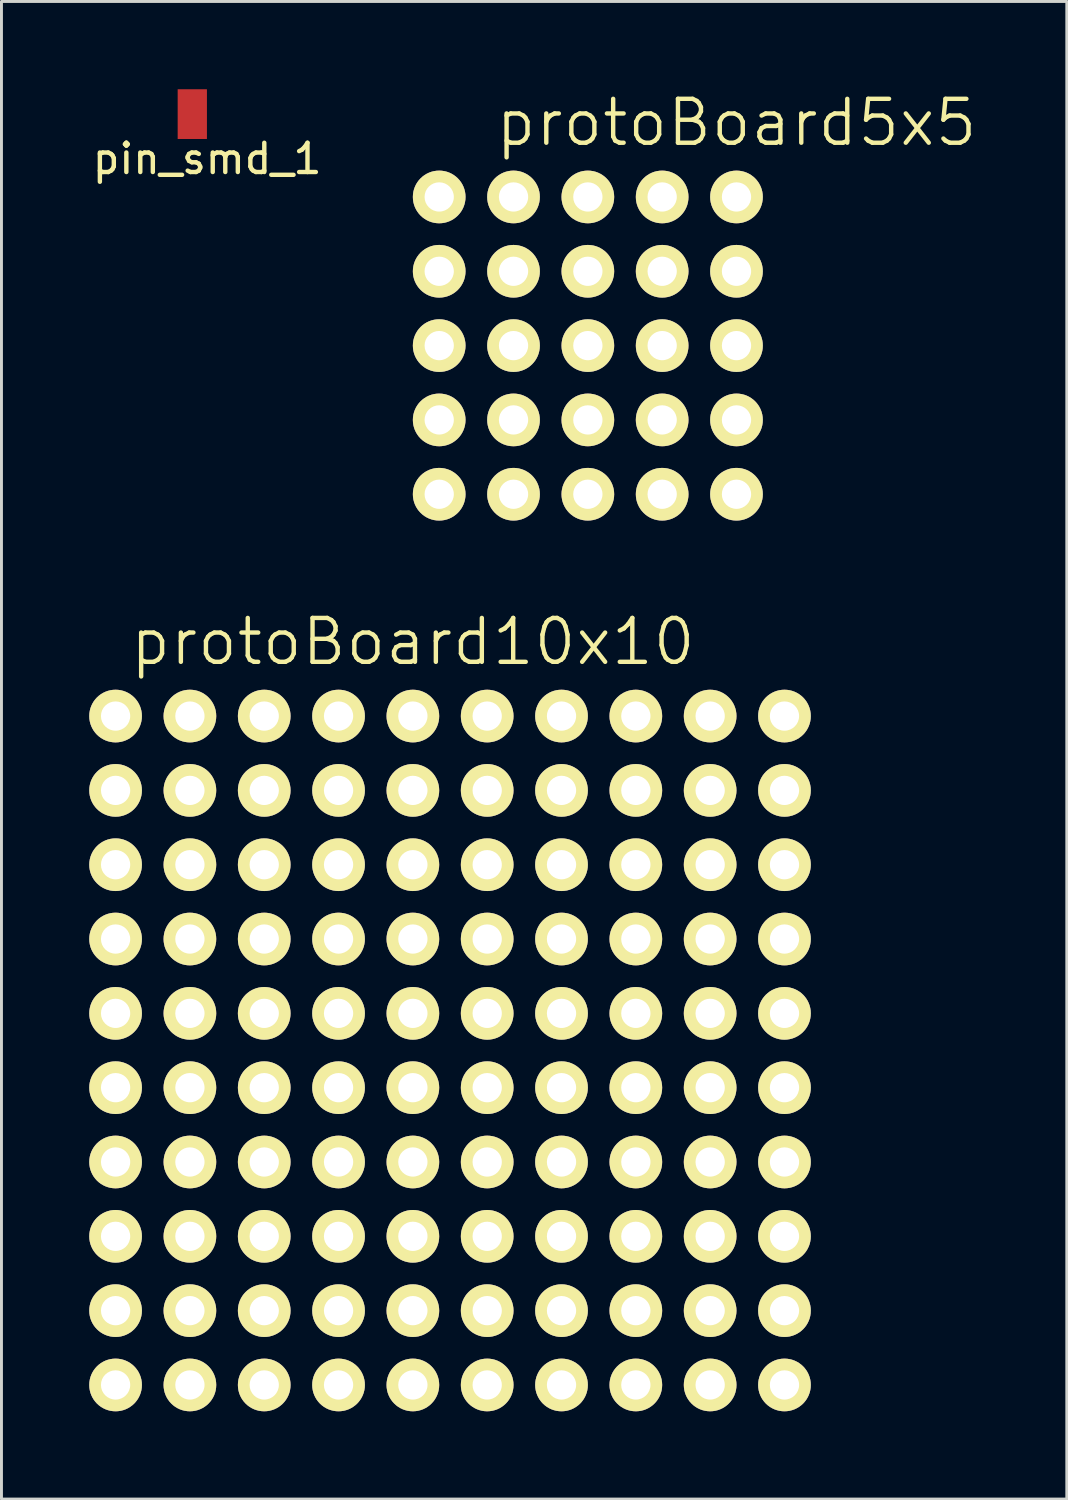
<source format=kicad_pcb>
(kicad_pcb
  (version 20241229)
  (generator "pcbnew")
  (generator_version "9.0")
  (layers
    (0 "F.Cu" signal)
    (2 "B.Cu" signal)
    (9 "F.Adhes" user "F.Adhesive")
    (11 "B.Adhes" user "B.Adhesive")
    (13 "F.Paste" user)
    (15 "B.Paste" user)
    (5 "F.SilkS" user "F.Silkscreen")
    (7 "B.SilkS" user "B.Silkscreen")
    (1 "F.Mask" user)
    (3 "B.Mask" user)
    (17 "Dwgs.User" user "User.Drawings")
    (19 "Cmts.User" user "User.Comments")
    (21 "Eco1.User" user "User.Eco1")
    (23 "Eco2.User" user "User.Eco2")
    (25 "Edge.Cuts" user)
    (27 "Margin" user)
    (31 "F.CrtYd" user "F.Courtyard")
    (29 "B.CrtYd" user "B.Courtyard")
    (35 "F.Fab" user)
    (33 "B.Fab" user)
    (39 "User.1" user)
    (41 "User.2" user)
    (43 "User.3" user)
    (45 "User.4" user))
  (footprint "pin_smd_1"
    (layer "F.Cu")
    (at 3.522 0.85)
    (property "Reference" "pin_smd_1" (at 0.508 1.524 0) (layer "F.SilkS") (effects (font (size 1 1) (thickness 0.15))))
    (attr through_hole)
    (pad "1" smd rect (at 0 0) (size 1 1.7) (layers "F.Cu" "F.Mask" "F.Paste")))
  (footprint "protoBoard5x5"
    (layer "F.Cu")
    (at 11.96 3.681)
    (property "Reference" "protoBoard5x5" (at 10.16 -2.54 0) (layer "F.SilkS") (effects (font (size 1.5 1.5) (thickness 0.15))))
    (attr through_hole)
    (pad "1" thru_hole circle (at 0 0) (size 1.8 1.8) (drill 1) (layers "*.Cu" "*.Mask" "F.SilkS"))
    (pad "2" thru_hole circle (at 2.54 0) (size 1.8 1.8) (drill 1) (layers "*.Cu" "*.Mask" "F.SilkS"))
    (pad "3" thru_hole circle (at 5.08 0) (size 1.8 1.8) (drill 1) (layers "*.Cu" "*.Mask" "F.SilkS"))
    (pad "4" thru_hole circle (at 7.62 0) (size 1.8 1.8) (drill 1) (layers "*.Cu" "*.Mask" "F.SilkS"))
    (pad "5" thru_hole circle (at 10.16 0) (size 1.8 1.8) (drill 1) (layers "*.Cu" "*.Mask" "F.SilkS"))
    (pad "6" thru_hole circle (at 10.16 2.54) (size 1.8 1.8) (drill 1) (layers "*.Cu" "*.Mask" "F.SilkS"))
    (pad "7" thru_hole circle (at 7.62 2.54) (size 1.8 1.8) (drill 1) (layers "*.Cu" "*.Mask" "F.SilkS"))
    (pad "8" thru_hole circle (at 5.08 2.54) (size 1.8 1.8) (drill 1) (layers "*.Cu" "*.Mask" "F.SilkS"))
    (pad "9" thru_hole circle (at 2.54 2.54) (size 1.8 1.8) (drill 1) (layers "*.Cu" "*.Mask" "F.SilkS"))
    (pad "10" thru_hole circle (at 0 2.54) (size 1.8 1.8) (drill 1) (layers "*.Cu" "*.Mask" "F.SilkS"))
    (pad "11" thru_hole circle (at 0 5.08) (size 1.8 1.8) (drill 1) (layers "*.Cu" "*.Mask" "F.SilkS"))
    (pad "12" thru_hole circle (at 2.54 5.08) (size 1.8 1.8) (drill 1) (layers "*.Cu" "*.Mask" "F.SilkS"))
    (pad "13" thru_hole circle (at 5.08 5.08) (size 1.8 1.8) (drill 1) (layers "*.Cu" "*.Mask" "F.SilkS"))
    (pad "14" thru_hole circle (at 7.62 5.08) (size 1.8 1.8) (drill 1) (layers "*.Cu" "*.Mask" "F.SilkS"))
    (pad "15" thru_hole circle (at 10.16 5.08) (size 1.8 1.8) (drill 1) (layers "*.Cu" "*.Mask" "F.SilkS"))
    (pad "16" thru_hole circle (at 10.16 7.62) (size 1.8 1.8) (drill 1) (layers "*.Cu" "*.Mask" "F.SilkS"))
    (pad "17" thru_hole circle (at 7.62 7.62) (size 1.8 1.8) (drill 1) (layers "*.Cu" "*.Mask" "F.SilkS"))
    (pad "18" thru_hole circle (at 5.08 7.62) (size 1.8 1.8) (drill 1) (layers "*.Cu" "*.Mask" "F.SilkS"))
    (pad "19" thru_hole circle (at 2.54 7.62) (size 1.8 1.8) (drill 1) (layers "*.Cu" "*.Mask" "F.SilkS"))
    (pad "20" thru_hole circle (at 0 7.62) (size 1.8 1.8) (drill 1) (layers "*.Cu" "*.Mask" "F.SilkS"))
    (pad "21" thru_hole circle (at 0 10.16) (size 1.8 1.8) (drill 1) (layers "*.Cu" "*.Mask" "F.SilkS"))
    (pad "22" thru_hole circle (at 2.54 10.16) (size 1.8 1.8) (drill 1) (layers "*.Cu" "*.Mask" "F.SilkS"))
    (pad "23" thru_hole circle (at 5.08 10.16) (size 1.8 1.8) (drill 1) (layers "*.Cu" "*.Mask" "F.SilkS"))
    (pad "24" thru_hole circle (at 7.62 10.16) (size 1.8 1.8) (drill 1) (layers "*.Cu" "*.Mask" "F.SilkS"))
    (pad "25" thru_hole circle (at 10.16 10.16) (size 1.8 1.8) (drill 1) (layers "*.Cu" "*.Mask" "F.SilkS")))
  (footprint "protoBoard10x10"
    (layer "F.Cu")
    (at 0.9 21.422)
    (property "Reference" "protoBoard10x10" (at 10.16 -2.54 0) (layer "F.SilkS") (effects (font (size 1.5 1.5) (thickness 0.15))))
    (attr through_hole)
    (pad "1" thru_hole circle (at 0 0) (size 1.8 1.8) (drill 1) (layers "*.Cu" "*.Mask" "F.SilkS"))
    (pad "2" thru_hole circle (at 2.54 0) (size 1.8 1.8) (drill 1) (layers "*.Cu" "*.Mask" "F.SilkS"))
    (pad "3" thru_hole circle (at 5.08 0) (size 1.8 1.8) (drill 1) (layers "*.Cu" "*.Mask" "F.SilkS"))
    (pad "4" thru_hole circle (at 7.62 0) (size 1.8 1.8) (drill 1) (layers "*.Cu" "*.Mask" "F.SilkS"))
    (pad "5" thru_hole circle (at 10.16 0) (size 1.8 1.8) (drill 1) (layers "*.Cu" "*.Mask" "F.SilkS"))
    (pad "6" thru_hole circle (at 10.16 2.54) (size 1.8 1.8) (drill 1) (layers "*.Cu" "*.Mask" "F.SilkS"))
    (pad "7" thru_hole circle (at 7.62 2.54) (size 1.8 1.8) (drill 1) (layers "*.Cu" "*.Mask" "F.SilkS"))
    (pad "8" thru_hole circle (at 5.08 2.54) (size 1.8 1.8) (drill 1) (layers "*.Cu" "*.Mask" "F.SilkS"))
    (pad "9" thru_hole circle (at 2.54 2.54) (size 1.8 1.8) (drill 1) (layers "*.Cu" "*.Mask" "F.SilkS"))
    (pad "10" thru_hole circle (at 0 2.54) (size 1.8 1.8) (drill 1) (layers "*.Cu" "*.Mask" "F.SilkS"))
    (pad "11" thru_hole circle (at 0 5.08) (size 1.8 1.8) (drill 1) (layers "*.Cu" "*.Mask" "F.SilkS"))
    (pad "12" thru_hole circle (at 2.54 5.08) (size 1.8 1.8) (drill 1) (layers "*.Cu" "*.Mask" "F.SilkS"))
    (pad "13" thru_hole circle (at 5.08 5.08) (size 1.8 1.8) (drill 1) (layers "*.Cu" "*.Mask" "F.SilkS"))
    (pad "14" thru_hole circle (at 7.62 5.08) (size 1.8 1.8) (drill 1) (layers "*.Cu" "*.Mask" "F.SilkS"))
    (pad "15" thru_hole circle (at 10.16 5.08) (size 1.8 1.8) (drill 1) (layers "*.Cu" "*.Mask" "F.SilkS"))
    (pad "16" thru_hole circle (at 10.16 7.62) (size 1.8 1.8) (drill 1) (layers "*.Cu" "*.Mask" "F.SilkS"))
    (pad "17" thru_hole circle (at 7.62 7.62) (size 1.8 1.8) (drill 1) (layers "*.Cu" "*.Mask" "F.SilkS"))
    (pad "18" thru_hole circle (at 5.08 7.62) (size 1.8 1.8) (drill 1) (layers "*.Cu" "*.Mask" "F.SilkS"))
    (pad "19" thru_hole circle (at 2.54 7.62) (size 1.8 1.8) (drill 1) (layers "*.Cu" "*.Mask" "F.SilkS"))
    (pad "20" thru_hole circle (at 0 7.62) (size 1.8 1.8) (drill 1) (layers "*.Cu" "*.Mask" "F.SilkS"))
    (pad "21" thru_hole circle (at 0 10.16) (size 1.8 1.8) (drill 1) (layers "*.Cu" "*.Mask" "F.SilkS"))
    (pad "22" thru_hole circle (at 2.54 10.16) (size 1.8 1.8) (drill 1) (layers "*.Cu" "*.Mask" "F.SilkS"))
    (pad "23" thru_hole circle (at 5.08 10.16) (size 1.8 1.8) (drill 1) (layers "*.Cu" "*.Mask" "F.SilkS"))
    (pad "24" thru_hole circle (at 7.62 10.16) (size 1.8 1.8) (drill 1) (layers "*.Cu" "*.Mask" "F.SilkS"))
    (pad "25" thru_hole circle (at 10.16 10.16) (size 1.8 1.8) (drill 1) (layers "*.Cu" "*.Mask" "F.SilkS"))
    (pad "26" thru_hole circle (at 12.7 0) (size 1.8 1.8) (drill 1) (layers "*.Cu" "*.Mask" "F.SilkS"))
    (pad "27" thru_hole circle (at 15.24 0) (size 1.8 1.8) (drill 1) (layers "*.Cu" "*.Mask" "F.SilkS"))
    (pad "28" thru_hole circle (at 17.78 0) (size 1.8 1.8) (drill 1) (layers "*.Cu" "*.Mask" "F.SilkS"))
    (pad "29" thru_hole circle (at 20.32 0) (size 1.8 1.8) (drill 1) (layers "*.Cu" "*.Mask" "F.SilkS"))
    (pad "30" thru_hole circle (at 22.86 0) (size 1.8 1.8) (drill 1) (layers "*.Cu" "*.Mask" "F.SilkS"))
    (pad "31" thru_hole circle (at 0 12.7) (size 1.8 1.8) (drill 1) (layers "*.Cu" "*.Mask" "F.SilkS"))
    (pad "32" thru_hole circle (at 0 15.24) (size 1.8 1.8) (drill 1) (layers "*.Cu" "*.Mask" "F.SilkS"))
    (pad "33" thru_hole circle (at 0 17.78) (size 1.8 1.8) (drill 1) (layers "*.Cu" "*.Mask" "F.SilkS"))
    (pad "34" thru_hole circle (at 0 20.32) (size 1.8 1.8) (drill 1) (layers "*.Cu" "*.Mask" "F.SilkS"))
    (pad "35" thru_hole circle (at 0 22.86) (size 1.8 1.8) (drill 1) (layers "*.Cu" "*.Mask" "F.SilkS"))
    (pad "36" thru_hole circle (at 2.54 22.86) (size 1.8 1.8) (drill 1) (layers "*.Cu" "*.Mask" "F.SilkS"))
    (pad "37" thru_hole circle (at 5.08 22.86) (size 1.8 1.8) (drill 1) (layers "*.Cu" "*.Mask" "F.SilkS"))
    (pad "38" thru_hole circle (at 7.62 22.86) (size 1.8 1.8) (drill 1) (layers "*.Cu" "*.Mask" "F.SilkS"))
    (pad "39" thru_hole circle (at 10.16 22.86) (size 1.8 1.8) (drill 1) (layers "*.Cu" "*.Mask" "F.SilkS"))
    (pad "40" thru_hole circle (at 12.7 22.86) (size 1.8 1.8) (drill 1) (layers "*.Cu" "*.Mask" "F.SilkS"))
    (pad "41" thru_hole circle (at 15.24 22.86) (size 1.8 1.8) (drill 1) (layers "*.Cu" "*.Mask" "F.SilkS"))
    (pad "42" thru_hole circle (at 17.78 22.86) (size 1.8 1.8) (drill 1) (layers "*.Cu" "*.Mask" "F.SilkS"))
    (pad "43" thru_hole circle (at 20.32 22.86) (size 1.8 1.8) (drill 1) (layers "*.Cu" "*.Mask" "F.SilkS"))
    (pad "44" thru_hole circle (at 22.86 22.86) (size 1.8 1.8) (drill 1) (layers "*.Cu" "*.Mask" "F.SilkS"))
    (pad "46" thru_hole circle (at 22.86 20.32) (size 1.8 1.8) (drill 1) (layers "*.Cu" "*.Mask" "F.SilkS"))
    (pad "47" thru_hole circle (at 22.86 17.78) (size 1.8 1.8) (drill 1) (layers "*.Cu" "*.Mask" "F.SilkS"))
    (pad "48" thru_hole circle (at 22.86 15.24) (size 1.8 1.8) (drill 1) (layers "*.Cu" "*.Mask" "F.SilkS"))
    (pad "49" thru_hole circle (at 22.86 10.16) (size 1.8 1.8) (drill 1) (layers "*.Cu" "*.Mask" "F.SilkS"))
    (pad "50" thru_hole circle (at 22.86 7.62) (size 1.8 1.8) (drill 1) (layers "*.Cu" "*.Mask" "F.SilkS"))
    (pad "51" thru_hole circle (at 22.86 5.08) (size 1.8 1.8) (drill 1) (layers "*.Cu" "*.Mask" "F.SilkS"))
    (pad "52" thru_hole circle (at 22.86 2.54) (size 1.8 1.8) (drill 1) (layers "*.Cu" "*.Mask" "F.SilkS"))
    (pad "53" thru_hole circle (at 22.86 12.7) (size 1.8 1.8) (drill 1) (layers "*.Cu" "*.Mask" "F.SilkS"))
    (pad "54" thru_hole circle (at 12.7 2.54) (size 1.8 1.8) (drill 1) (layers "*.Cu" "*.Mask" "F.SilkS"))
    (pad "55" thru_hole circle (at 12.7 5.08) (size 1.8 1.8) (drill 1) (layers "*.Cu" "*.Mask" "F.SilkS"))
    (pad "56" thru_hole circle (at 12.7 7.62) (size 1.8 1.8) (drill 1) (layers "*.Cu" "*.Mask" "F.SilkS"))
    (pad "57" thru_hole circle (at 12.7 10.16) (size 1.8 1.8) (drill 1) (layers "*.Cu" "*.Mask" "F.SilkS"))
    (pad "58" thru_hole circle (at 12.7 12.7) (size 1.8 1.8) (drill 1) (layers "*.Cu" "*.Mask" "F.SilkS"))
    (pad "59" thru_hole circle (at 12.7 15.24) (size 1.8 1.8) (drill 1) (layers "*.Cu" "*.Mask" "F.SilkS"))
    (pad "60" thru_hole circle (at 12.7 17.78) (size 1.8 1.8) (drill 1) (layers "*.Cu" "*.Mask" "F.SilkS"))
    (pad "61" thru_hole circle (at 12.7 20.32) (size 1.8 1.8) (drill 1) (layers "*.Cu" "*.Mask" "F.SilkS"))
    (pad "62" thru_hole circle (at 15.24 20.32) (size 1.8 1.8) (drill 1) (layers "*.Cu" "*.Mask" "F.SilkS"))
    (pad "63" thru_hole circle (at 17.78 20.32) (size 1.8 1.8) (drill 1) (layers "*.Cu" "*.Mask" "F.SilkS"))
    (pad "64" thru_hole circle (at 20.32 20.32) (size 1.8 1.8) (drill 1) (layers "*.Cu" "*.Mask" "F.SilkS"))
    (pad "65" thru_hole circle (at 20.32 17.78) (size 1.8 1.8) (drill 1) (layers "*.Cu" "*.Mask" "F.SilkS"))
    (pad "66" thru_hole circle (at 17.78 17.78) (size 1.8 1.8) (drill 1) (layers "*.Cu" "*.Mask" "F.SilkS"))
    (pad "67" thru_hole circle (at 15.24 17.78) (size 1.8 1.8) (drill 1) (layers "*.Cu" "*.Mask" "F.SilkS"))
    (pad "68" thru_hole circle (at 15.24 15.24) (size 1.8 1.8) (drill 1) (layers "*.Cu" "*.Mask" "F.SilkS"))
    (pad "69" thru_hole circle (at 17.78 15.24) (size 1.8 1.8) (drill 1) (layers "*.Cu" "*.Mask" "F.SilkS"))
    (pad "70" thru_hole circle (at 20.32 15.24) (size 1.8 1.8) (drill 1) (layers "*.Cu" "*.Mask" "F.SilkS"))
    (pad "71" thru_hole circle (at 20.32 12.7) (size 1.8 1.8) (drill 1) (layers "*.Cu" "*.Mask" "F.SilkS"))
    (pad "72" thru_hole circle (at 17.78 12.7) (size 1.8 1.8) (drill 1) (layers "*.Cu" "*.Mask" "F.SilkS"))
    (pad "73" thru_hole circle (at 15.24 12.7) (size 1.8 1.8) (drill 1) (layers "*.Cu" "*.Mask" "F.SilkS"))
    (pad "74" thru_hole circle (at 15.24 10.16) (size 1.8 1.8) (drill 1) (layers "*.Cu" "*.Mask" "F.SilkS"))
    (pad "75" thru_hole circle (at 17.78 10.16) (size 1.8 1.8) (drill 1) (layers "*.Cu" "*.Mask" "F.SilkS"))
    (pad "76" thru_hole circle (at 20.32 10.16) (size 1.8 1.8) (drill 1) (layers "*.Cu" "*.Mask" "F.SilkS"))
    (pad "77" thru_hole circle (at 20.32 7.62) (size 1.8 1.8) (drill 1) (layers "*.Cu" "*.Mask" "F.SilkS"))
    (pad "78" thru_hole circle (at 17.78 7.62) (size 1.8 1.8) (drill 1) (layers "*.Cu" "*.Mask" "F.SilkS"))
    (pad "79" thru_hole circle (at 15.24 7.62) (size 1.8 1.8) (drill 1) (layers "*.Cu" "*.Mask" "F.SilkS"))
    (pad "80" thru_hole circle (at 15.24 5.08) (size 1.8 1.8) (drill 1) (layers "*.Cu" "*.Mask" "F.SilkS"))
    (pad "81" thru_hole circle (at 17.78 5.08) (size 1.8 1.8) (drill 1) (layers "*.Cu" "*.Mask" "F.SilkS"))
    (pad "82" thru_hole circle (at 20.32 5.08) (size 1.8 1.8) (drill 1) (layers "*.Cu" "*.Mask" "F.SilkS"))
    (pad "83" thru_hole circle (at 20.32 2.54) (size 1.8 1.8) (drill 1) (layers "*.Cu" "*.Mask" "F.SilkS"))
    (pad "84" thru_hole circle (at 17.78 2.54) (size 1.8 1.8) (drill 1) (layers "*.Cu" "*.Mask" "F.SilkS"))
    (pad "85" thru_hole circle (at 15.24 2.54) (size 1.8 1.8) (drill 1) (layers "*.Cu" "*.Mask" "F.SilkS"))
    (pad "86" thru_hole circle (at 10.16 12.7) (size 1.8 1.8) (drill 1) (layers "*.Cu" "*.Mask" "F.SilkS"))
    (pad "87" thru_hole circle (at 10.16 15.24) (size 1.8 1.8) (drill 1) (layers "*.Cu" "*.Mask" "F.SilkS"))
    (pad "88" thru_hole circle (at 10.16 17.78) (size 1.8 1.8) (drill 1) (layers "*.Cu" "*.Mask" "F.SilkS"))
    (pad "89" thru_hole circle (at 10.16 20.32) (size 1.8 1.8) (drill 1) (layers "*.Cu" "*.Mask" "F.SilkS"))
    (pad "90" thru_hole circle (at 7.62 20.32) (size 1.8 1.8) (drill 1) (layers "*.Cu" "*.Mask" "F.SilkS"))
    (pad "91" thru_hole circle (at 5.08 20.32) (size 1.8 1.8) (drill 1) (layers "*.Cu" "*.Mask" "F.SilkS"))
    (pad "92" thru_hole circle (at 2.54 20.32) (size 1.8 1.8) (drill 1) (layers "*.Cu" "*.Mask" "F.SilkS"))
    (pad "93" thru_hole circle (at 2.54 17.78) (size 1.8 1.8) (drill 1) (layers "*.Cu" "*.Mask" "F.SilkS"))
    (pad "94" thru_hole circle (at 2.54 15.24) (size 1.8 1.8) (drill 1) (layers "*.Cu" "*.Mask" "F.SilkS"))
    (pad "95" thru_hole circle (at 2.54 12.7) (size 1.8 1.8) (drill 1) (layers "*.Cu" "*.Mask" "F.SilkS"))
    (pad "96" thru_hole circle (at 5.08 12.7) (size 1.8 1.8) (drill 1) (layers "*.Cu" "*.Mask" "F.SilkS"))
    (pad "97" thru_hole circle (at 7.62 12.7) (size 1.8 1.8) (drill 1) (layers "*.Cu" "*.Mask" "F.SilkS"))
    (pad "98" thru_hole circle (at 7.62 15.24) (size 1.8 1.8) (drill 1) (layers "*.Cu" "*.Mask" "F.SilkS"))
    (pad "99" thru_hole circle (at 7.62 17.78) (size 1.8 1.8) (drill 1) (layers "*.Cu" "*.Mask" "F.SilkS"))
    (pad "100" thru_hole circle (at 5.08 17.78) (size 1.8 1.8) (drill 1) (layers "*.Cu" "*.Mask" "F.SilkS"))
    (pad "101" thru_hole circle (at 5.08 15.24) (size 1.8 1.8) (drill 1) (layers "*.Cu" "*.Mask" "F.SilkS")))
  (gr_rect
    (start -3 -3)
    (end 33.409 48.181)
    (stroke (width 0.1) (type default))
    (fill no)
    (layer "Edge.Cuts")))
</source>
